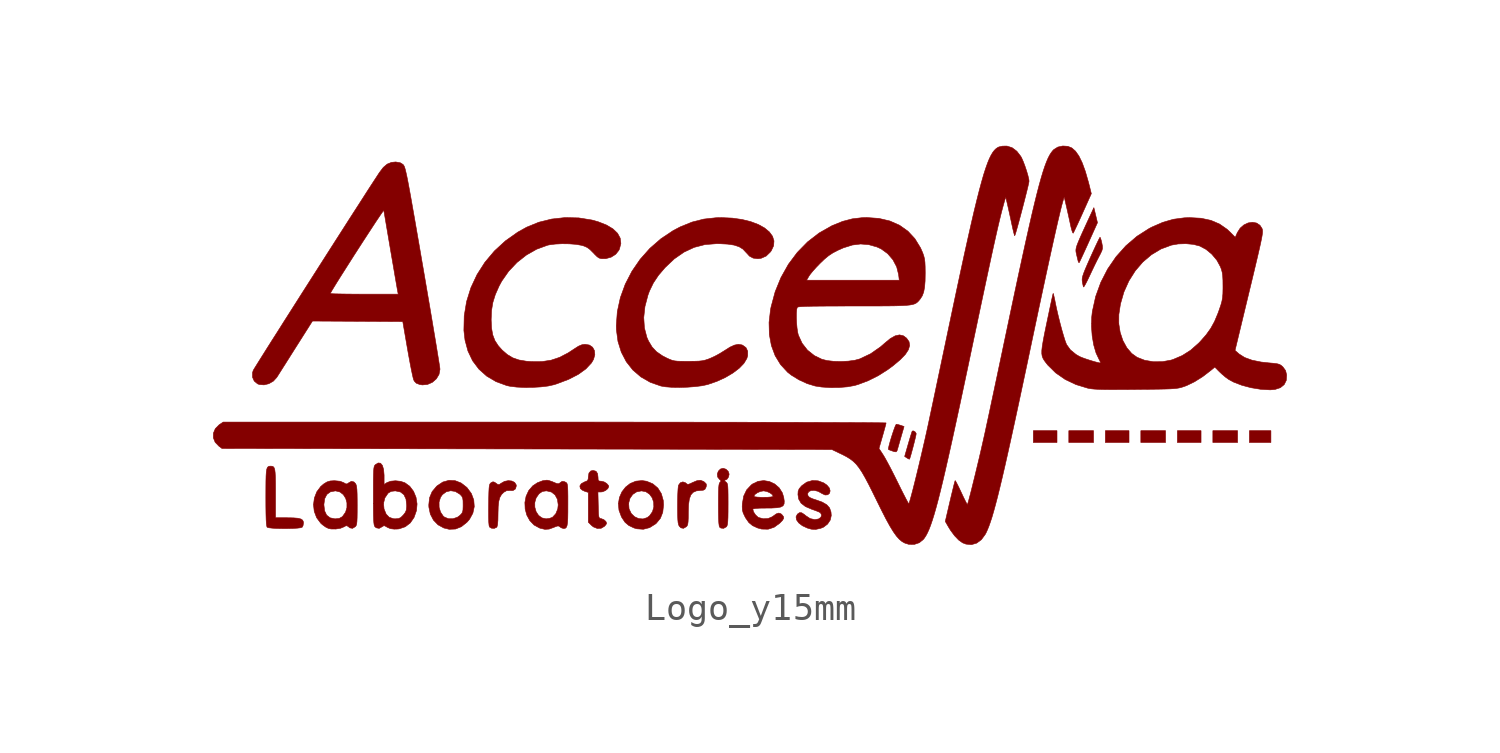
<source format=kicad_sym>
(kicad_symbol_lib
  (version 20211014)
  (generator kicad_symbol_editor)
  (symbol "Logo_y15mm"
    (pin_numbers hide)
    (pin_names
      (offset 0) hide)
    (property "Reference" "G"
      (at 0 8.89 0)
      (effects (font (size 1.27 1.27)) hide))
    (symbol "Logo_y15mm_0_0"
      (polyline (pts (xy 11.167 -1.398) (xy 10.277 -1.398) (xy 10.277 -1.843) (xy 11.167 -1.843) (xy 11.167 -1.398)) (stroke (width 0.01) (type default) (color 0 0 0 0)) (fill (type outline)))
      (polyline (pts (xy 12.542 -1.398) (xy 11.612 -1.398) (xy 11.612 -1.843) (xy 12.542 -1.843) (xy 12.542 -1.398)) (stroke (width 0.01) (type default) (color 0 0 0 0)) (fill (type outline)))
      (polyline (pts (xy 13.877 -1.398) (xy 12.987 -1.398) (xy 12.987 -1.843) (xy 13.877 -1.843) (xy 13.877 -1.398)) (stroke (width 0.01) (type default) (color 0 0 0 0)) (fill (type outline)))
      (polyline (pts (xy 15.252 -1.398) (xy 14.322 -1.398) (xy 14.322 -1.843) (xy 15.252 -1.843) (xy 15.252 -1.398)) (stroke (width 0.01) (type default) (color 0 0 0 0)) (fill (type outline)))
      (polyline (pts (xy 16.587 -1.398) (xy 15.697 -1.398) (xy 15.697 -1.843) (xy 16.587 -1.843) (xy 16.587 -1.398)) (stroke (width 0.01) (type default) (color 0 0 0 0)) (fill (type outline)))
      (polyline (pts (xy 17.962 -1.398) (xy 17.032 -1.398) (xy 17.032 -1.843) (xy 17.962 -1.843) (xy 17.962 -1.398)) (stroke (width 0.01) (type default) (color 0 0 0 0)) (fill (type outline)))
      (polyline (pts (xy 19.216 -1.398) (xy 18.407 -1.398) (xy 18.407 -1.843) (xy 19.216 -1.843) (xy 19.216 -1.398)) (stroke (width 0.01) (type default) (color 0 0 0 0)) (fill (type outline)))
      (polyline (pts (xy 5.618 -2.47) (xy 5.636 -2.422) (xy 5.668 -2.317) (xy 5.708 -2.171) (xy 5.753 -2.005) (xy 5.796 -1.837) (xy 5.833 -1.686) (xy 5.859 -1.572) (xy 5.869 -1.513) (xy 5.868 -1.503) (xy 5.832 -1.445) (xy 5.771 -1.407) (xy 5.721 -1.411) (xy 5.721 -1.411) (xy 5.704 -1.455) (xy 5.67 -1.561) (xy 5.624 -1.713) (xy 5.57 -1.896) (xy 5.435 -2.366) (xy 5.52 -2.423) (xy 5.58 -2.459) (xy 5.618 -2.47) (xy 5.618 -2.47)) (stroke (width 0.01) (type default) (color 0 0 0 0)) (fill (type outline)))
      (polyline (pts (xy 5.148 -2.154) (xy 5.179 -2.055) (xy 5.184 -2.036) (xy 5.219 -1.912) (xy 5.266 -1.747) (xy 5.317 -1.572) (xy 5.413 -1.24) (xy 5.291 -1.198) (xy 5.191 -1.168) (xy 5.122 -1.155) (xy 5.114 -1.161) (xy 5.082 -1.224) (xy 5.038 -1.339) (xy 4.987 -1.488) (xy 4.934 -1.653) (xy 4.886 -1.815) (xy 4.848 -1.957) (xy 4.825 -2.059) (xy 4.824 -2.104) (xy 4.825 -2.104) (xy 4.871 -2.125) (xy 4.959 -2.158) (xy 5.044 -2.186) (xy 5.112 -2.194) (xy 5.148 -2.154)) (stroke (width 0.01) (type default) (color 0 0 0 0)) (fill (type outline)))
      (polyline (pts (xy 12.002 4.925) (xy 12.029 4.979) (xy 12.083 5.093) (xy 12.159 5.257) (xy 12.251 5.457) (xy 12.354 5.684) (xy 12.69 6.429) (xy 12.623 6.712) (xy 12.555 6.995) (xy 12.452 6.772) (xy 12.376 6.609) (xy 12.232 6.296) (xy 12.117 6.045) (xy 12.029 5.847) (xy 11.964 5.694) (xy 11.919 5.578) (xy 11.892 5.49) (xy 11.88 5.422) (xy 11.878 5.365) (xy 11.885 5.313) (xy 11.898 5.255) (xy 11.913 5.186) (xy 11.943 5.061) (xy 11.963 4.979) (xy 11.978 4.94) (xy 12 4.922) (xy 12.002 4.925)) (stroke (width 0.01) (type default) (color 0 0 0 0)) (fill (type outline)))
      (polyline (pts (xy 12.194 4.038) (xy 12.245 4.128) (xy 12.315 4.264) (xy 12.396 4.434) (xy 12.475 4.602) (xy 12.578 4.818) (xy 12.676 5.016) (xy 12.754 5.168) (xy 12.807 5.269) (xy 12.858 5.379) (xy 12.879 5.463) (xy 12.876 5.549) (xy 12.855 5.663) (xy 12.834 5.754) (xy 12.806 5.846) (xy 12.787 5.882) (xy 12.784 5.88) (xy 12.755 5.828) (xy 12.699 5.716) (xy 12.623 5.555) (xy 12.531 5.356) (xy 12.428 5.129) (xy 12.318 4.881) (xy 12.232 4.681) (xy 12.173 4.533) (xy 12.136 4.423) (xy 12.117 4.34) (xy 12.113 4.273) (xy 12.12 4.209) (xy 12.126 4.171) (xy 12.148 4.067) (xy 12.166 4.01) (xy 12.168 4.009) (xy 12.194 4.038)) (stroke (width 0.01) (type default) (color 0 0 0 0)) (fill (type outline)))
      (polyline (pts (xy -17.78 -5.08) (xy -17.584 -5.075) (xy -17.416 -5.065) (xy -17.294 -5.05) (xy -17.234 -5.03) (xy -17.201 -4.968) (xy -17.185 -4.867) (xy -17.188 -4.83) (xy -17.215 -4.766) (xy -17.281 -4.721) (xy -17.396 -4.692) (xy -17.57 -4.678) (xy -17.815 -4.674) (xy -18.237 -4.674) (xy -18.237 -3.667) (xy -18.238 -3.372) (xy -18.242 -3.147) (xy -18.251 -2.982) (xy -18.265 -2.867) (xy -18.288 -2.795) (xy -18.32 -2.754) (xy -18.363 -2.736) (xy -18.419 -2.732) (xy -18.471 -2.735) (xy -18.512 -2.75) (xy -18.544 -2.785) (xy -18.567 -2.849) (xy -18.583 -2.95) (xy -18.593 -3.098) (xy -18.598 -3.301) (xy -18.6 -3.567) (xy -18.601 -3.905) (xy -18.6 -4.244) (xy -18.596 -4.528) (xy -18.59 -4.743) (xy -18.581 -4.894) (xy -18.568 -4.988) (xy -18.552 -5.03) (xy -18.55 -5.032) (xy -18.483 -5.051) (xy -18.354 -5.066) (xy -18.183 -5.076) (xy -17.985 -5.08) (xy -17.78 -5.08)) (stroke (width 0.01) (type default) (color 0 0 0 0)) (fill (type outline)))
      (polyline (pts (xy -9.913 -5.03) (xy -9.906 -5.021) (xy -9.883 -4.932) (xy -9.869 -4.766) (xy -9.865 -4.523) (xy -9.865 -4.505) (xy -9.858 -4.246) (xy -9.836 -4.052) (xy -9.796 -3.908) (xy -9.733 -3.799) (xy -9.644 -3.712) (xy -9.54 -3.653) (xy -9.416 -3.649) (xy -9.297 -3.648) (xy -9.209 -3.589) (xy -9.177 -3.477) (xy -9.182 -3.434) (xy -9.239 -3.344) (xy -9.344 -3.291) (xy -9.478 -3.277) (xy -9.621 -3.305) (xy -9.754 -3.38) (xy -9.816 -3.424) (xy -9.868 -3.425) (xy -9.941 -3.375) (xy -9.992 -3.338) (xy -10.055 -3.32) (xy -10.124 -3.353) (xy -10.13 -3.358) (xy -10.158 -3.382) (xy -10.178 -3.419) (xy -10.193 -3.48) (xy -10.203 -3.575) (xy -10.21 -3.718) (xy -10.215 -3.918) (xy -10.219 -4.188) (xy -10.221 -4.385) (xy -10.22 -4.651) (xy -10.214 -4.843) (xy -10.202 -4.966) (xy -10.184 -5.023) (xy -10.111 -5.067) (xy -10.004 -5.073) (xy -9.913 -5.03)) (stroke (width 0.01) (type default) (color 0 0 0 0)) (fill (type outline)))
      (polyline (pts (xy -2.78 -5.011) (xy -2.75 -4.977) (xy -2.727 -4.92) (xy -2.714 -4.828) (xy -2.707 -4.688) (xy -2.706 -4.482) (xy -2.706 -4.464) (xy -2.696 -4.181) (xy -2.666 -3.967) (xy -2.61 -3.815) (xy -2.524 -3.717) (xy -2.402 -3.663) (xy -2.242 -3.645) (xy -2.141 -3.637) (xy -2.079 -3.603) (xy -2.04 -3.527) (xy -2.025 -3.475) (xy -2.03 -3.402) (xy -2.094 -3.335) (xy -2.134 -3.306) (xy -2.246 -3.264) (xy -2.378 -3.279) (xy -2.547 -3.349) (xy -2.618 -3.384) (xy -2.698 -3.415) (xy -2.748 -3.41) (xy -2.794 -3.373) (xy -2.812 -3.357) (xy -2.909 -3.324) (xy -3.005 -3.357) (xy -3.073 -3.449) (xy -3.081 -3.489) (xy -3.093 -3.607) (xy -3.102 -3.779) (xy -3.108 -3.99) (xy -3.11 -4.223) (xy -3.11 -4.349) (xy -3.107 -4.579) (xy -3.1 -4.746) (xy -3.089 -4.862) (xy -3.071 -4.939) (xy -3.047 -4.989) (xy -2.984 -5.053) (xy -2.887 -5.072) (xy -2.78 -5.011)) (stroke (width 0.01) (type default) (color 0 0 0 0)) (fill (type outline)))
      (polyline (pts (xy -1.273 -5.015) (xy -1.267 -5.009) (xy -1.246 -4.97) (xy -1.23 -4.906) (xy -1.22 -4.804) (xy -1.213 -4.655) (xy -1.21 -4.446) (xy -1.209 -4.168) (xy -1.209 -4.045) (xy -1.21 -3.805) (xy -1.213 -3.63) (xy -1.219 -3.508) (xy -1.229 -3.428) (xy -1.245 -3.377) (xy -1.268 -3.346) (xy -1.299 -3.321) (xy -1.33 -3.299) (xy -1.358 -3.267) (xy -1.321 -3.258) (xy -1.252 -3.227) (xy -1.193 -3.142) (xy -1.169 -3.032) (xy -1.203 -2.93) (xy -1.288 -2.847) (xy -1.395 -2.813) (xy -1.495 -2.84) (xy -1.575 -2.92) (xy -1.614 -3.028) (xy -1.602 -3.14) (xy -1.532 -3.23) (xy -1.5 -3.254) (xy -1.474 -3.294) (xy -1.512 -3.338) (xy -1.517 -3.343) (xy -1.537 -3.378) (xy -1.552 -3.441) (xy -1.563 -3.543) (xy -1.569 -3.694) (xy -1.572 -3.904) (xy -1.573 -4.185) (xy -1.572 -4.46) (xy -1.567 -4.702) (xy -1.557 -4.874) (xy -1.543 -4.981) (xy -1.525 -5.03) (xy -1.479 -5.062) (xy -1.375 -5.072) (xy -1.273 -5.015)) (stroke (width 0.01) (type default) (color 0 0 0 0)) (fill (type outline)))
      (polyline (pts (xy -4.162 -5.046) (xy -3.936 -4.904) (xy -3.909 -4.88) (xy -3.756 -4.696) (xy -3.667 -4.469) (xy -3.637 -4.191) (xy -3.648 -4.022) (xy -3.72 -3.767) (xy -3.852 -3.556) (xy -4.039 -3.398) (xy -4.275 -3.3) (xy -4.443 -3.275) (xy -4.677 -3.297) (xy -4.887 -3.382) (xy -5.065 -3.52) (xy -5.204 -3.7) (xy -5.297 -3.911) (xy -5.333 -4.127) (xy -4.95 -4.127) (xy -4.901 -3.945) (xy -4.798 -3.797) (xy -4.65 -3.699) (xy -4.466 -3.663) (xy -4.301 -3.695) (xy -4.163 -3.788) (xy -4.064 -3.925) (xy -4.009 -4.091) (xy -4.003 -4.269) (xy -4.053 -4.444) (xy -4.162 -4.599) (xy -4.25 -4.667) (xy -4.407 -4.718) (xy -4.572 -4.706) (xy -4.726 -4.636) (xy -4.851 -4.515) (xy -4.931 -4.347) (xy -4.936 -4.33) (xy -4.95 -4.127) (xy -5.333 -4.127) (xy -5.336 -4.145) (xy -5.314 -4.389) (xy -5.223 -4.635) (xy -5.207 -4.665) (xy -5.086 -4.845) (xy -4.94 -4.968) (xy -4.746 -5.059) (xy -4.643 -5.089) (xy -4.398 -5.107) (xy -4.162 -5.046)) (stroke (width 0.01) (type default) (color 0 0 0 0)) (fill (type outline)))
      (polyline (pts (xy -5.984 -5.069) (xy -5.861 -4.997) (xy -5.805 -4.934) (xy -5.78 -4.884) (xy -5.804 -4.817) (xy -5.882 -4.746) (xy -5.982 -4.707) (xy -5.984 -4.707) (xy -6.026 -4.699) (xy -6.054 -4.678) (xy -6.072 -4.632) (xy -6.083 -4.545) (xy -6.089 -4.406) (xy -6.094 -4.199) (xy -6.106 -3.703) (xy -5.983 -3.703) (xy -5.926 -3.695) (xy -5.819 -3.648) (xy -5.734 -3.577) (xy -5.699 -3.501) (xy -5.71 -3.46) (xy -5.776 -3.384) (xy -5.876 -3.324) (xy -5.982 -3.299) (xy -5.998 -3.299) (xy -6.069 -3.289) (xy -6.098 -3.245) (xy -6.103 -3.145) (xy -6.119 -3.014) (xy -6.178 -2.924) (xy -6.285 -2.894) (xy -6.375 -2.913) (xy -6.444 -2.993) (xy -6.467 -3.137) (xy -6.473 -3.224) (xy -6.508 -3.284) (xy -6.595 -3.321) (xy -6.614 -3.327) (xy -6.732 -3.392) (xy -6.786 -3.478) (xy -6.767 -3.572) (xy -6.767 -3.572) (xy -6.698 -3.633) (xy -6.595 -3.681) (xy -6.467 -3.72) (xy -6.467 -4.842) (xy -6.349 -4.96) (xy -6.277 -5.018) (xy -6.131 -5.076) (xy -5.984 -5.069)) (stroke (width 0.01) (type default) (color 0 0 0 0)) (fill (type outline)))
      (polyline (pts (xy -11.466 -5.098) (xy -11.244 -5.01) (xy -11.032 -4.841) (xy -10.938 -4.732) (xy -10.812 -4.502) (xy -10.759 -4.255) (xy -10.778 -4.004) (xy -10.868 -3.762) (xy -11.031 -3.541) (xy -11.043 -3.529) (xy -11.254 -3.366) (xy -11.48 -3.278) (xy -11.712 -3.266) (xy -11.94 -3.329) (xy -12.153 -3.469) (xy -12.18 -3.494) (xy -12.345 -3.692) (xy -12.44 -3.919) (xy -12.459 -4.086) (xy -12.084 -4.086) (xy -12.029 -3.906) (xy -11.956 -3.802) (xy -11.814 -3.697) (xy -11.646 -3.657) (xy -11.473 -3.684) (xy -11.311 -3.781) (xy -11.282 -3.807) (xy -11.225 -3.87) (xy -11.194 -3.937) (xy -11.181 -4.035) (xy -11.179 -4.189) (xy -11.179 -4.253) (xy -11.184 -4.383) (xy -11.203 -4.467) (xy -11.242 -4.529) (xy -11.311 -4.596) (xy -11.391 -4.653) (xy -11.557 -4.71) (xy -11.729 -4.71) (xy -11.878 -4.651) (xy -11.927 -4.611) (xy -12.027 -4.463) (xy -12.082 -4.28) (xy -12.084 -4.086) (xy -12.459 -4.086) (xy -12.47 -4.189) (xy -12.467 -4.273) (xy -12.412 -4.536) (xy -12.295 -4.762) (xy -12.122 -4.94) (xy -11.902 -5.06) (xy -11.702 -5.108) (xy -11.466 -5.098)) (stroke (width 0.01) (type default) (color 0 0 0 0)) (fill (type outline)))
      (polyline (pts (xy 2.276 -5.071) (xy 2.38 -5.029) (xy 2.533 -4.913) (xy 2.636 -4.76) (xy 2.674 -4.59) (xy 2.663 -4.455) (xy 2.61 -4.303) (xy 2.503 -4.183) (xy 2.333 -4.085) (xy 2.092 -3.999) (xy 1.971 -3.96) (xy 1.857 -3.908) (xy 1.8 -3.851) (xy 1.784 -3.778) (xy 1.784 -3.767) (xy 1.825 -3.691) (xy 1.917 -3.65) (xy 2.041 -3.646) (xy 2.177 -3.679) (xy 2.305 -3.75) (xy 2.321 -3.761) (xy 2.442 -3.817) (xy 2.541 -3.809) (xy 2.608 -3.752) (xy 2.631 -3.663) (xy 2.602 -3.555) (xy 2.51 -3.445) (xy 2.39 -3.362) (xy 2.178 -3.284) (xy 1.96 -3.274) (xy 1.752 -3.333) (xy 1.572 -3.461) (xy 1.546 -3.487) (xy 1.465 -3.584) (xy 1.428 -3.676) (xy 1.42 -3.798) (xy 1.446 -3.968) (xy 1.538 -4.125) (xy 1.701 -4.252) (xy 1.937 -4.353) (xy 1.939 -4.354) (xy 2.082 -4.404) (xy 2.197 -4.45) (xy 2.259 -4.482) (xy 2.268 -4.489) (xy 2.31 -4.57) (xy 2.284 -4.655) (xy 2.199 -4.718) (xy 2.056 -4.744) (xy 1.879 -4.705) (xy 1.709 -4.593) (xy 1.666 -4.555) (xy 1.562 -4.487) (xy 1.481 -4.481) (xy 1.403 -4.535) (xy 1.399 -4.538) (xy 1.348 -4.64) (xy 1.367 -4.753) (xy 1.449 -4.868) (xy 1.587 -4.974) (xy 1.773 -5.061) (xy 1.925 -5.104) (xy 2.09 -5.112) (xy 2.276 -5.071)) (stroke (width 0.01) (type default) (color 0 0 0 0)) (fill (type outline)))
      (polyline (pts (xy -15.794 -5.07) (xy -15.658 -5.014) (xy -15.605 -4.983) (xy -15.549 -4.973) (xy -15.49 -5.014) (xy -15.436 -5.055) (xy -15.339 -5.072) (xy -15.237 -5.011) (xy -15.222 -4.996) (xy -15.199 -4.958) (xy -15.183 -4.899) (xy -15.173 -4.807) (xy -15.167 -4.669) (xy -15.164 -4.475) (xy -15.163 -4.212) (xy -15.164 -3.998) (xy -15.167 -3.779) (xy -15.174 -3.619) (xy -15.186 -3.509) (xy -15.203 -3.436) (xy -15.226 -3.389) (xy -15.287 -3.326) (xy -15.384 -3.304) (xy -15.49 -3.363) (xy -15.538 -3.399) (xy -15.591 -3.4) (xy -15.672 -3.353) (xy -15.808 -3.3) (xy -16.017 -3.28) (xy -16.028 -3.28) (xy -16.181 -3.29) (xy -16.299 -3.326) (xy -16.422 -3.401) (xy -16.535 -3.496) (xy -16.684 -3.697) (xy -16.775 -3.931) (xy -16.808 -4.183) (xy -16.807 -4.189) (xy -16.417 -4.189) (xy -16.417 -4.172) (xy -16.387 -3.954) (xy -16.304 -3.795) (xy -16.171 -3.698) (xy -15.988 -3.664) (xy -15.973 -3.664) (xy -15.813 -3.704) (xy -15.686 -3.802) (xy -15.597 -3.943) (xy -15.55 -4.111) (xy -15.55 -4.29) (xy -15.602 -4.465) (xy -15.71 -4.618) (xy -15.733 -4.639) (xy -15.838 -4.698) (xy -15.983 -4.714) (xy -16.004 -4.714) (xy -16.184 -4.676) (xy -16.313 -4.576) (xy -16.391 -4.413) (xy -16.417 -4.189) (xy -16.807 -4.189) (xy -16.78 -4.434) (xy -16.69 -4.671) (xy -16.538 -4.876) (xy -16.475 -4.934) (xy -16.352 -5.023) (xy -16.247 -5.075) (xy -16.15 -5.095) (xy -15.971 -5.098) (xy -15.794 -5.07)) (stroke (width 0.01) (type default) (color 0 0 0 0)) (fill (type outline)))
      (polyline (pts (xy -7.943 -5.1) (xy -7.768 -5.037) (xy -7.731 -5.021) (xy -7.636 -4.986) (xy -7.579 -4.985) (xy -7.533 -5.018) (xy -7.488 -5.051) (xy -7.403 -5.078) (xy -7.375 -5.077) (xy -7.327 -5.065) (xy -7.292 -5.03) (xy -7.267 -4.963) (xy -7.25 -4.855) (xy -7.241 -4.695) (xy -7.237 -4.474) (xy -7.236 -4.182) (xy -7.236 -4.126) (xy -7.236 -3.865) (xy -7.239 -3.673) (xy -7.244 -3.537) (xy -7.253 -3.447) (xy -7.267 -3.391) (xy -7.287 -3.36) (xy -7.314 -3.341) (xy -7.373 -3.313) (xy -7.456 -3.306) (xy -7.533 -3.359) (xy -7.546 -3.371) (xy -7.592 -3.395) (xy -7.658 -3.385) (xy -7.768 -3.34) (xy -7.82 -3.317) (xy -7.939 -3.276) (xy -8.024 -3.259) (xy -8.182 -3.28) (xy -8.382 -3.356) (xy -8.558 -3.473) (xy -8.71 -3.65) (xy -8.81 -3.868) (xy -8.854 -4.1) (xy -8.482 -4.1) (xy -8.432 -3.928) (xy -8.328 -3.778) (xy -8.311 -3.762) (xy -8.195 -3.684) (xy -8.057 -3.663) (xy -8.032 -3.663) (xy -7.854 -3.707) (xy -7.718 -3.815) (xy -7.63 -3.979) (xy -7.6 -4.189) (xy -7.617 -4.341) (xy -7.69 -4.521) (xy -7.811 -4.651) (xy -7.821 -4.658) (xy -7.929 -4.698) (xy -8.057 -4.714) (xy -8.058 -4.714) (xy -8.216 -4.678) (xy -8.342 -4.583) (xy -8.432 -4.444) (xy -8.48 -4.277) (xy -8.482 -4.1) (xy -8.854 -4.1) (xy -8.854 -4.104) (xy -8.844 -4.345) (xy -8.782 -4.575) (xy -8.67 -4.78) (xy -8.511 -4.946) (xy -8.307 -5.058) (xy -8.277 -5.069) (xy -8.1 -5.11) (xy -7.943 -5.1)) (stroke (width 0.01) (type default) (color 0 0 0 0)) (fill (type outline)))
      (polyline (pts (xy 0.523 -5.032) (xy 0.733 -4.88) (xy 0.737 -4.876) (xy 0.84 -4.769) (xy 0.884 -4.692) (xy 0.874 -4.627) (xy 0.814 -4.553) (xy 0.778 -4.523) (xy 0.699 -4.497) (xy 0.604 -4.528) (xy 0.476 -4.62) (xy 0.457 -4.635) (xy 0.302 -4.701) (xy 0.121 -4.712) (xy -0.058 -4.666) (xy -0.083 -4.652) (xy -0.175 -4.567) (xy -0.249 -4.456) (xy -0.279 -4.352) (xy -0.265 -4.34) (xy -0.181 -4.324) (xy -0.023 -4.313) (xy 0.204 -4.31) (xy 0.435 -4.308) (xy 0.636 -4.296) (xy 0.774 -4.27) (xy 0.859 -4.224) (xy 0.899 -4.152) (xy 0.905 -4.047) (xy 0.885 -3.906) (xy 0.833 -3.736) (xy 0.713 -3.547) (xy 0.546 -3.403) (xy 0.349 -3.311) (xy 0.134 -3.275) (xy -0.082 -3.304) (xy -0.286 -3.402) (xy -0.334 -3.438) (xy -0.51 -3.625) (xy -0.622 -3.859) (xy -0.623 -3.868) (xy -0.238 -3.868) (xy -0.238 -3.865) (xy -0.199 -3.798) (xy -0.108 -3.733) (xy 0.009 -3.683) (xy 0.126 -3.663) (xy 0.131 -3.663) (xy 0.249 -3.685) (xy 0.365 -3.736) (xy 0.454 -3.802) (xy 0.489 -3.868) (xy 0.48 -3.876) (xy 0.41 -3.891) (xy 0.286 -3.902) (xy 0.126 -3.905) (xy 0.044 -3.905) (xy -0.101 -3.897) (xy -0.201 -3.885) (xy -0.238 -3.868) (xy -0.623 -3.868) (xy -0.672 -4.143) (xy -0.677 -4.251) (xy -0.671 -4.381) (xy -0.64 -4.495) (xy -0.575 -4.631) (xy -0.547 -4.684) (xy -0.429 -4.853) (xy -0.287 -4.971) (xy -0.095 -5.059) (xy 0.054 -5.099) (xy 0.297 -5.105) (xy 0.523 -5.032)) (stroke (width 0.01) (type default) (color 0 0 0 0)) (fill (type outline)))
      (polyline (pts (xy -13.631 -5.097) (xy -13.581 -5.09) (xy -13.355 -5.013) (xy -13.167 -4.869) (xy -13.025 -4.663) (xy -12.933 -4.403) (xy -12.911 -4.155) (xy -12.95 -3.906) (xy -13.044 -3.679) (xy -13.186 -3.49) (xy -13.369 -3.357) (xy -13.532 -3.303) (xy -13.723 -3.282) (xy -13.905 -3.299) (xy -14.046 -3.352) (xy -14.152 -3.422) (xy -14.152 -3.107) (xy -14.152 -3.07) (xy -14.171 -2.854) (xy -14.216 -2.704) (xy -14.285 -2.622) (xy -14.374 -2.612) (xy -14.482 -2.678) (xy -14.489 -2.685) (xy -14.51 -2.712) (xy -14.526 -2.755) (xy -14.538 -2.821) (xy -14.546 -2.922) (xy -14.551 -3.065) (xy -14.555 -3.261) (xy -14.556 -3.519) (xy -14.556 -3.848) (xy -14.556 -4.069) (xy -14.556 -4.13) (xy -14.173 -4.13) (xy -14.123 -3.928) (xy -14.009 -3.759) (xy -13.987 -3.738) (xy -13.883 -3.68) (xy -13.739 -3.664) (xy -13.716 -3.665) (xy -13.535 -3.704) (xy -13.406 -3.806) (xy -13.328 -3.97) (xy -13.303 -4.196) (xy -13.303 -4.259) (xy -13.316 -4.383) (xy -13.354 -4.475) (xy -13.428 -4.571) (xy -13.431 -4.574) (xy -13.522 -4.664) (xy -13.61 -4.705) (xy -13.733 -4.714) (xy -13.802 -4.71) (xy -13.96 -4.656) (xy -14.075 -4.536) (xy -14.153 -4.346) (xy -14.154 -4.343) (xy -14.173 -4.13) (xy -14.556 -4.13) (xy -14.555 -4.356) (xy -14.552 -4.578) (xy -14.546 -4.742) (xy -14.538 -4.859) (xy -14.527 -4.937) (xy -14.512 -4.986) (xy -14.493 -5.015) (xy -14.444 -5.053) (xy -14.337 -5.073) (xy -14.227 -5.012) (xy -14.22 -5.007) (xy -14.154 -4.969) (xy -14.095 -4.995) (xy -14.026 -5.036) (xy -13.922 -5.08) (xy -13.897 -5.086) (xy -13.771 -5.101) (xy -13.631 -5.097)) (stroke (width 0.01) (type default) (color 0 0 0 0)) (fill (type outline)))
      (polyline (pts (xy -8.557 0.232) (xy -8.253 0.25) (xy -7.98 0.283) (xy -7.761 0.332) (xy -7.656 0.365) (xy -7.213 0.532) (xy -6.847 0.72) (xy -6.558 0.928) (xy -6.346 1.156) (xy -6.271 1.286) (xy -6.223 1.459) (xy -6.237 1.615) (xy -6.306 1.742) (xy -6.427 1.825) (xy -6.595 1.852) (xy -6.707 1.836) (xy -6.837 1.782) (xy -6.998 1.679) (xy -7.222 1.532) (xy -7.546 1.363) (xy -7.868 1.255) (xy -8.209 1.203) (xy -8.59 1.201) (xy -8.797 1.216) (xy -9.077 1.263) (xy -9.309 1.343) (xy -9.512 1.464) (xy -9.706 1.632) (xy -9.853 1.795) (xy -9.981 1.99) (xy -10.063 2.204) (xy -10.108 2.457) (xy -10.123 2.768) (xy -10.123 2.785) (xy -10.109 3.126) (xy -10.059 3.428) (xy -9.967 3.723) (xy -9.826 4.042) (xy -9.727 4.226) (xy -9.465 4.601) (xy -9.151 4.933) (xy -8.795 5.213) (xy -8.409 5.432) (xy -8.004 5.58) (xy -7.936 5.595) (xy -7.715 5.624) (xy -7.455 5.637) (xy -7.185 5.633) (xy -6.933 5.614) (xy -6.728 5.578) (xy -6.63 5.55) (xy -6.512 5.498) (xy -6.406 5.42) (xy -6.281 5.295) (xy -6.228 5.239) (xy -6.134 5.147) (xy -6.06 5.098) (xy -5.982 5.077) (xy -5.876 5.074) (xy -5.807 5.077) (xy -5.608 5.132) (xy -5.438 5.24) (xy -5.32 5.388) (xy -5.297 5.437) (xy -5.243 5.647) (xy -5.268 5.846) (xy -5.368 6.031) (xy -5.542 6.197) (xy -5.788 6.343) (xy -6.103 6.466) (xy -6.335 6.53) (xy -6.83 6.609) (xy -7.339 6.621) (xy -7.845 6.566) (xy -8.333 6.445) (xy -8.786 6.26) (xy -9.119 6.075) (xy -9.587 5.744) (xy -10.002 5.363) (xy -10.359 4.938) (xy -10.655 4.475) (xy -10.886 3.981) (xy -11.048 3.462) (xy -11.137 2.923) (xy -11.149 2.373) (xy -11.107 2.009) (xy -10.996 1.598) (xy -10.821 1.232) (xy -10.584 0.917) (xy -10.289 0.654) (xy -9.938 0.447) (xy -9.533 0.299) (xy -9.414 0.274) (xy -9.162 0.243) (xy -8.868 0.229) (xy -8.557 0.232)) (stroke (width 0.01) (type default) (color 0 0 0 0)) (fill (type outline)))
      (polyline (pts (xy -2.735 0.239) (xy -2.445 0.261) (xy -2.185 0.294) (xy -1.978 0.339) (xy -1.971 0.341) (xy -1.629 0.459) (xy -1.311 0.605) (xy -1.029 0.772) (xy -0.792 0.951) (xy -0.614 1.135) (xy -0.504 1.317) (xy -0.472 1.425) (xy -0.471 1.593) (xy -0.535 1.728) (xy -0.662 1.82) (xy -0.693 1.831) (xy -0.822 1.851) (xy -0.965 1.824) (xy -1.137 1.746) (xy -1.349 1.612) (xy -1.516 1.508) (xy -1.712 1.401) (xy -1.889 1.321) (xy -1.959 1.294) (xy -2.069 1.258) (xy -2.178 1.234) (xy -2.307 1.22) (xy -2.476 1.214) (xy -2.706 1.212) (xy -2.731 1.212) (xy -2.946 1.213) (xy -3.102 1.217) (xy -3.218 1.229) (xy -3.313 1.251) (xy -3.406 1.286) (xy -3.517 1.336) (xy -3.682 1.422) (xy -3.902 1.574) (xy -4.069 1.753) (xy -4.203 1.976) (xy -4.264 2.114) (xy -4.357 2.47) (xy -4.382 2.858) (xy -4.337 3.272) (xy -4.223 3.705) (xy -4.166 3.859) (xy -4.02 4.161) (xy -3.828 4.449) (xy -3.575 4.744) (xy -3.233 5.067) (xy -2.868 5.321) (xy -2.484 5.5) (xy -2.077 5.605) (xy -1.642 5.639) (xy -1.522 5.638) (xy -1.219 5.622) (xy -0.98 5.585) (xy -0.794 5.524) (xy -0.65 5.435) (xy -0.538 5.316) (xy -0.533 5.311) (xy -0.403 5.17) (xy -0.264 5.096) (xy -0.093 5.074) (xy 0.031 5.088) (xy 0.223 5.172) (xy 0.386 5.33) (xy 0.415 5.37) (xy 0.504 5.559) (xy 0.518 5.743) (xy 0.463 5.918) (xy 0.343 6.082) (xy 0.163 6.231) (xy -0.071 6.361) (xy -0.355 6.468) (xy -0.683 6.549) (xy -1.05 6.601) (xy -1.452 6.619) (xy -1.658 6.615) (xy -2.123 6.564) (xy -2.564 6.452) (xy -3.007 6.272) (xy -3.276 6.131) (xy -3.736 5.824) (xy -4.152 5.462) (xy -4.517 5.051) (xy -4.827 4.6) (xy -5.077 4.116) (xy -5.262 3.608) (xy -5.376 3.084) (xy -5.415 2.551) (xy -5.411 2.402) (xy -5.352 1.962) (xy -5.227 1.559) (xy -5.039 1.198) (xy -4.792 0.885) (xy -4.489 0.625) (xy -4.135 0.422) (xy -3.733 0.282) (xy -3.56 0.253) (xy -3.314 0.234) (xy -3.032 0.23) (xy -2.735 0.239)) (stroke (width 0.01) (type default) (color 0 0 0 0)) (fill (type outline)))
      (polyline (pts (xy 8.146 -5.628) (xy 8.321 -5.499) (xy 8.467 -5.3) (xy 8.501 -5.236) (xy 8.552 -5.124) (xy 8.606 -4.991) (xy 8.662 -4.832) (xy 8.723 -4.646) (xy 8.787 -4.426) (xy 8.857 -4.171) (xy 8.934 -3.876) (xy 9.017 -3.539) (xy 9.109 -3.154) (xy 9.21 -2.719) (xy 9.32 -2.23) (xy 9.441 -1.683) (xy 9.574 -1.076) (xy 9.719 -0.403) (xy 9.877 0.338) (xy 10.05 1.151) (xy 10.237 2.04) (xy 10.311 2.389) (xy 10.477 3.175) (xy 10.632 3.898) (xy 10.774 4.558) (xy 10.903 5.151) (xy 11.019 5.677) (xy 11.121 6.132) (xy 11.209 6.516) (xy 11.283 6.826) (xy 11.341 7.06) (xy 11.384 7.217) (xy 11.439 7.399) (xy 11.523 7.035) (xy 11.53 7.005) (xy 11.58 6.782) (xy 11.633 6.543) (xy 11.677 6.337) (xy 11.691 6.273) (xy 11.726 6.14) (xy 11.756 6.055) (xy 11.776 6.033) (xy 11.778 6.035) (xy 11.806 6.089) (xy 11.861 6.204) (xy 11.938 6.367) (xy 12.03 6.567) (xy 12.132 6.793) (xy 12.459 7.521) (xy 12.379 7.844) (xy 12.348 7.963) (xy 12.233 8.362) (xy 12.115 8.685) (xy 11.992 8.937) (xy 11.863 9.121) (xy 11.724 9.242) (xy 11.575 9.302) (xy 11.384 9.315) (xy 11.198 9.274) (xy 11.047 9.18) (xy 11.004 9.135) (xy 10.947 9.061) (xy 10.889 8.97) (xy 10.831 8.857) (xy 10.772 8.719) (xy 10.709 8.552) (xy 10.643 8.353) (xy 10.572 8.118) (xy 10.496 7.844) (xy 10.413 7.526) (xy 10.323 7.162) (xy 10.224 6.747) (xy 10.117 6.278) (xy 9.999 5.752) (xy 9.87 5.164) (xy 9.728 4.511) (xy 9.574 3.79) (xy 9.406 2.997) (xy 9.223 2.128) (xy 9.204 2.04) (xy 9.101 1.549) (xy 8.997 1.057) (xy 8.895 0.574) (xy 8.796 0.109) (xy 8.703 -0.327) (xy 8.619 -0.724) (xy 8.544 -1.071) (xy 8.482 -1.36) (xy 8.434 -1.58) (xy 8.432 -1.587) (xy 8.371 -1.858) (xy 8.304 -2.152) (xy 8.232 -2.46) (xy 8.157 -2.771) (xy 8.084 -3.075) (xy 8.013 -3.362) (xy 7.949 -3.621) (xy 7.892 -3.842) (xy 7.846 -4.015) (xy 7.813 -4.13) (xy 7.795 -4.176) (xy 7.794 -4.176) (xy 7.769 -4.138) (xy 7.718 -4.041) (xy 7.648 -3.899) (xy 7.566 -3.725) (xy 7.554 -3.698) (xy 7.473 -3.528) (xy 7.405 -3.392) (xy 7.357 -3.303) (xy 7.335 -3.275) (xy 7.335 -3.276) (xy 7.319 -3.325) (xy 7.289 -3.439) (xy 7.248 -3.607) (xy 7.197 -3.815) (xy 7.141 -4.051) (xy 6.964 -4.811) (xy 7.081 -5.015) (xy 7.163 -5.148) (xy 7.316 -5.354) (xy 7.472 -5.516) (xy 7.616 -5.617) (xy 7.741 -5.665) (xy 7.95 -5.685) (xy 8.146 -5.628)) (stroke (width 0.01) (type default) (color 0 0 0 0)) (fill (type outline)))
      (polyline (pts (xy 2.963 0.227) (xy 3.279 0.253) (xy 3.547 0.301) (xy 3.688 0.342) (xy 4.065 0.484) (xy 4.444 0.674) (xy 4.797 0.898) (xy 5.008 1.054) (xy 5.271 1.275) (xy 5.461 1.472) (xy 5.577 1.65) (xy 5.623 1.809) (xy 5.6 1.953) (xy 5.508 2.084) (xy 5.386 2.174) (xy 5.241 2.207) (xy 5.078 2.171) (xy 4.891 2.065) (xy 4.676 1.887) (xy 4.532 1.761) (xy 4.153 1.496) (xy 3.743 1.302) (xy 3.563 1.253) (xy 3.315 1.219) (xy 3.04 1.205) (xy 2.766 1.212) (xy 2.517 1.24) (xy 2.32 1.29) (xy 2.041 1.425) (xy 1.779 1.633) (xy 1.575 1.894) (xy 1.434 2.202) (xy 1.411 2.3) (xy 1.386 2.464) (xy 1.369 2.654) (xy 1.361 2.848) (xy 1.362 3.025) (xy 1.373 3.164) (xy 1.394 3.245) (xy 1.394 3.245) (xy 1.421 3.257) (xy 1.489 3.266) (xy 1.603 3.274) (xy 1.767 3.281) (xy 1.988 3.286) (xy 2.269 3.289) (xy 2.615 3.292) (xy 3.033 3.293) (xy 3.527 3.294) (xy 3.603 3.294) (xy 4.077 3.294) (xy 4.478 3.295) (xy 4.813 3.297) (xy 5.088 3.301) (xy 5.311 3.308) (xy 5.487 3.317) (xy 5.625 3.331) (xy 5.729 3.349) (xy 5.808 3.373) (xy 5.868 3.403) (xy 5.915 3.439) (xy 5.958 3.482) (xy 6.001 3.533) (xy 6.022 3.559) (xy 6.098 3.678) (xy 6.151 3.82) (xy 6.185 4) (xy 6.204 4.231) (xy 6.209 4.527) (xy 6.209 4.554) (xy 6.206 4.777) (xy 6.198 4.942) (xy 6.182 5.07) (xy 6.154 5.181) (xy 6.114 5.296) (xy 6.033 5.48) (xy 5.822 5.824) (xy 5.558 6.109) (xy 5.243 6.332) (xy 4.878 6.493) (xy 4.466 6.59) (xy 4.01 6.622) (xy 3.834 6.617) (xy 3.463 6.573) (xy 3.101 6.478) (xy 2.72 6.324) (xy 2.691 6.31) (xy 2.215 6.04) (xy 1.782 5.705) (xy 1.396 5.311) (xy 1.061 4.863) (xy 0.782 4.366) (xy 0.74 4.265) (xy 1.746 4.265) (xy 1.833 4.416) (xy 1.88 4.484) (xy 1.979 4.606) (xy 2.108 4.75) (xy 2.251 4.898) (xy 2.416 5.056) (xy 2.575 5.188) (xy 2.735 5.293) (xy 2.921 5.39) (xy 3.132 5.483) (xy 3.466 5.588) (xy 3.779 5.627) (xy 4.085 5.602) (xy 4.398 5.513) (xy 4.551 5.442) (xy 4.795 5.265) (xy 4.993 5.035) (xy 5.135 4.767) (xy 5.208 4.474) (xy 5.233 4.265) (xy 1.746 4.265) (xy 0.74 4.265) (xy 0.562 3.828) (xy 0.407 3.253) (xy 0.388 3.154) (xy 0.333 2.674) (xy 0.344 2.222) (xy 0.421 1.804) (xy 0.562 1.425) (xy 0.766 1.09) (xy 1.03 0.803) (xy 1.174 0.69) (xy 1.457 0.517) (xy 1.766 0.375) (xy 2.067 0.283) (xy 2.314 0.245) (xy 2.632 0.224) (xy 2.963 0.227)) (stroke (width 0.01) (type default) (color 0 0 0 0)) (fill (type outline)))
      (polyline (pts (xy -12.516 0.343) (xy -12.334 0.423) (xy -12.186 0.553) (xy -12.085 0.721) (xy -12.049 0.916) (xy -12.05 0.922) (xy -12.059 0.997) (xy -12.082 1.144) (xy -12.116 1.358) (xy -12.161 1.634) (xy -12.215 1.965) (xy -12.279 2.345) (xy -12.35 2.77) (xy -12.428 3.232) (xy -12.513 3.727) (xy -12.602 4.248) (xy -12.695 4.79) (xy -12.708 4.863) (xy -12.815 5.486) (xy -12.91 6.033) (xy -12.993 6.512) (xy -13.066 6.926) (xy -13.128 7.28) (xy -13.182 7.579) (xy -13.228 7.828) (xy -13.267 8.033) (xy -13.3 8.196) (xy -13.329 8.325) (xy -13.352 8.422) (xy -13.373 8.494) (xy -13.392 8.546) (xy -13.41 8.581) (xy -13.427 8.605) (xy -13.445 8.623) (xy -13.542 8.683) (xy -13.713 8.714) (xy -13.874 8.698) (xy -14.035 8.633) (xy -14.182 8.508) (xy -14.329 8.315) (xy -14.357 8.272) (xy -14.475 8.091) (xy -14.626 7.86) (xy -14.805 7.583) (xy -15.008 7.266) (xy -15.234 6.915) (xy -15.478 6.536) (xy -15.736 6.132) (xy -16.006 5.711) (xy -16.284 5.276) (xy -16.566 4.834) (xy -16.849 4.39) (xy -17.13 3.95) (xy -17.248 3.765) (xy -16.174 3.765) (xy -16.165 3.786) (xy -16.119 3.869) (xy -16.037 4.004) (xy -15.927 4.183) (xy -15.792 4.399) (xy -15.637 4.643) (xy -15.469 4.907) (xy -15.293 5.184) (xy -15.112 5.465) (xy -14.933 5.742) (xy -14.761 6.006) (xy -14.601 6.251) (xy -14.459 6.468) (xy -14.338 6.648) (xy -14.245 6.785) (xy -14.185 6.868) (xy -14.163 6.892) (xy -14.125 6.672) (xy -14.074 6.369) (xy -14.019 6.045) (xy -13.962 5.71) (xy -13.905 5.375) (xy -13.849 5.049) (xy -13.796 4.742) (xy -13.749 4.464) (xy -13.708 4.226) (xy -13.675 4.038) (xy -13.653 3.909) (xy -13.642 3.85) (xy -13.62 3.739) (xy -14.897 3.739) (xy -15.065 3.739) (xy -15.364 3.741) (xy -15.63 3.744) (xy -15.854 3.748) (xy -16.025 3.752) (xy -16.135 3.758) (xy -16.174 3.765) (xy -17.248 3.765) (xy -17.405 3.518) (xy -17.671 3.1) (xy -17.924 2.702) (xy -18.16 2.329) (xy -18.378 1.987) (xy -18.572 1.68) (xy -18.739 1.414) (xy -18.877 1.194) (xy -18.981 1.027) (xy -19.049 0.917) (xy -19.076 0.869) (xy -19.103 0.783) (xy -19.103 0.615) (xy -19.038 0.47) (xy -18.914 0.366) (xy -18.846 0.34) (xy -18.67 0.326) (xy -18.486 0.371) (xy -18.319 0.467) (xy -18.191 0.606) (xy -18.185 0.615) (xy -18.139 0.688) (xy -18.057 0.817) (xy -17.946 0.993) (xy -17.81 1.207) (xy -17.657 1.45) (xy -17.492 1.711) (xy -16.847 2.728) (xy -13.449 2.708) (xy -13.271 1.676) (xy -13.229 1.439) (xy -13.179 1.169) (xy -13.133 0.929) (xy -13.092 0.732) (xy -13.06 0.59) (xy -13.039 0.516) (xy -13.014 0.466) (xy -12.941 0.39) (xy -12.818 0.342) (xy -12.715 0.324) (xy -12.516 0.343)) (stroke (width 0.01) (type default) (color 0 0 0 0)) (fill (type outline)))
      (polyline (pts (xy 5.987 -5.613) (xy 6.143 -5.485) (xy 6.185 -5.429) (xy 6.24 -5.343) (xy 6.296 -5.237) (xy 6.354 -5.108) (xy 6.414 -4.953) (xy 6.477 -4.768) (xy 6.545 -4.55) (xy 6.618 -4.295) (xy 6.697 -3.999) (xy 6.783 -3.659) (xy 6.877 -3.272) (xy 6.979 -2.834) (xy 7.091 -2.341) (xy 7.214 -1.791) (xy 7.348 -1.178) (xy 7.495 -0.5) (xy 7.654 0.246) (xy 7.828 1.065) (xy 8.016 1.959) (xy 8.119 2.446) (xy 8.264 3.134) (xy 8.395 3.75) (xy 8.512 4.3) (xy 8.617 4.788) (xy 8.71 5.219) (xy 8.793 5.597) (xy 8.867 5.928) (xy 8.932 6.215) (xy 8.991 6.465) (xy 9.043 6.681) (xy 9.09 6.869) (xy 9.134 7.032) (xy 9.174 7.177) (xy 9.238 7.399) (xy 9.308 7.096) (xy 9.328 7.008) (xy 9.373 6.805) (xy 9.423 6.576) (xy 9.47 6.356) (xy 9.503 6.204) (xy 9.537 6.061) (xy 9.563 5.967) (xy 9.577 5.937) (xy 9.595 5.983) (xy 9.629 6.094) (xy 9.676 6.258) (xy 9.732 6.462) (xy 9.794 6.693) (xy 9.859 6.939) (xy 9.923 7.186) (xy 9.983 7.421) (xy 10.036 7.632) (xy 10.078 7.806) (xy 10.105 7.93) (xy 10.115 7.991) (xy 10.107 8.062) (xy 10.074 8.203) (xy 10.023 8.377) (xy 9.961 8.562) (xy 9.896 8.733) (xy 9.836 8.868) (xy 9.805 8.924) (xy 9.656 9.117) (xy 9.481 9.249) (xy 9.291 9.31) (xy 9.269 9.312) (xy 9.112 9.309) (xy 8.982 9.279) (xy 8.943 9.261) (xy 8.878 9.218) (xy 8.814 9.157) (xy 8.751 9.076) (xy 8.688 8.971) (xy 8.622 8.838) (xy 8.555 8.674) (xy 8.484 8.475) (xy 8.408 8.239) (xy 8.328 7.96) (xy 8.241 7.637) (xy 8.147 7.266) (xy 8.044 6.843) (xy 7.933 6.364) (xy 7.812 5.827) (xy 7.679 5.228) (xy 7.535 4.563) (xy 7.378 3.83) (xy 7.207 3.023) (xy 7.021 2.141) (xy 6.953 1.816) (xy 6.854 1.347) (xy 6.756 0.882) (xy 6.661 0.433) (xy 6.572 0.009) (xy 6.49 -0.378) (xy 6.417 -0.719) (xy 6.357 -1.002) (xy 6.311 -1.216) (xy 6.268 -1.414) (xy 6.196 -1.736) (xy 6.119 -2.07) (xy 6.04 -2.408) (xy 5.961 -2.741) (xy 5.884 -3.059) (xy 5.811 -3.354) (xy 5.745 -3.615) (xy 5.687 -3.834) (xy 5.641 -4.002) (xy 5.608 -4.11) (xy 5.591 -4.148) (xy 5.584 -4.141) (xy 5.546 -4.077) (xy 5.481 -3.956) (xy 5.394 -3.787) (xy 5.29 -3.581) (xy 5.176 -3.349) (xy 5.145 -3.287) (xy 5.02 -3.036) (xy 4.898 -2.797) (xy 4.786 -2.587) (xy 4.693 -2.418) (xy 4.627 -2.308) (xy 4.469 -2.066) (xy 4.603 -1.602) (xy 4.654 -1.421) (xy 4.697 -1.266) (xy 4.726 -1.155) (xy 4.736 -1.106) (xy 4.73 -1.105) (xy 4.658 -1.103) (xy 4.51 -1.1) (xy 4.288 -1.098) (xy 3.996 -1.095) (xy 3.637 -1.093) (xy 3.213 -1.091) (xy 2.728 -1.089) (xy 2.186 -1.087) (xy 1.588 -1.085) (xy 0.938 -1.083) (xy 0.239 -1.082) (xy -0.505 -1.08) (xy -1.292 -1.079) (xy -2.118 -1.078) (xy -2.981 -1.077) (xy -3.877 -1.076) (xy -4.804 -1.075) (xy -5.758 -1.075) (xy -6.736 -1.074) (xy -7.735 -1.074) (xy -20.207 -1.074) (xy -20.344 -1.167) (xy -20.36 -1.177) (xy -20.502 -1.321) (xy -20.574 -1.489) (xy -20.576 -1.665) (xy -20.508 -1.834) (xy -20.367 -1.98) (xy -20.253 -2.065) (xy -8.78 -2.085) (xy 2.694 -2.106) (xy 3.017 -2.26) (xy 3.103 -2.301) (xy 3.254 -2.38) (xy 3.385 -2.461) (xy 3.502 -2.551) (xy 3.611 -2.658) (xy 3.717 -2.791) (xy 3.828 -2.958) (xy 3.948 -3.166) (xy 4.085 -3.424) (xy 4.243 -3.739) (xy 4.43 -4.119) (xy 4.564 -4.39) (xy 4.733 -4.721) (xy 4.88 -4.988) (xy 5.01 -5.2) (xy 5.126 -5.363) (xy 5.234 -5.484) (xy 5.338 -5.57) (xy 5.443 -5.628) (xy 5.588 -5.673) (xy 5.797 -5.677) (xy 5.987 -5.613)) (stroke (width 0.01) (type default) (color 0 0 0 0)) (fill (type outline)))
      (polyline (pts (xy 19.37 0.154) (xy 19.572 0.22) (xy 19.715 0.336) (xy 19.795 0.497) (xy 19.808 0.7) (xy 19.768 0.864) (xy 19.669 1) (xy 19.659 1.009) (xy 19.599 1.062) (xy 19.535 1.098) (xy 19.448 1.121) (xy 19.319 1.138) (xy 19.128 1.155) (xy 18.852 1.185) (xy 18.505 1.255) (xy 18.228 1.356) (xy 18.023 1.486) (xy 17.866 1.622) (xy 18.402 3.848) (xy 18.459 4.083) (xy 18.565 4.524) (xy 18.653 4.895) (xy 18.726 5.203) (xy 18.784 5.455) (xy 18.829 5.657) (xy 18.862 5.816) (xy 18.884 5.937) (xy 18.897 6.028) (xy 18.901 6.095) (xy 18.899 6.144) (xy 18.892 6.181) (xy 18.88 6.214) (xy 18.803 6.332) (xy 18.676 6.416) (xy 18.523 6.444) (xy 18.36 6.42) (xy 18.2 6.345) (xy 18.06 6.223) (xy 17.954 6.056) (xy 17.875 5.878) (xy 17.683 6.072) (xy 17.568 6.18) (xy 17.283 6.378) (xy 16.959 6.516) (xy 16.587 6.596) (xy 16.162 6.619) (xy 15.959 6.612) (xy 15.55 6.558) (xy 15.152 6.444) (xy 14.741 6.265) (xy 14.635 6.21) (xy 14.175 5.916) (xy 13.758 5.559) (xy 13.389 5.146) (xy 13.073 4.685) (xy 12.816 4.184) (xy 12.622 3.651) (xy 12.498 3.092) (xy 12.474 2.881) (xy 12.467 2.629) (xy 13.492 2.629) (xy 13.494 2.97) (xy 13.555 3.37) (xy 13.685 3.821) (xy 13.873 4.239) (xy 14.112 4.617) (xy 14.397 4.949) (xy 14.723 5.225) (xy 15.082 5.44) (xy 15.471 5.584) (xy 15.726 5.629) (xy 16.014 5.639) (xy 16.295 5.613) (xy 16.535 5.552) (xy 16.771 5.427) (xy 16.995 5.241) (xy 17.184 5.015) (xy 17.317 4.77) (xy 17.354 4.671) (xy 17.384 4.557) (xy 17.402 4.429) (xy 17.411 4.265) (xy 17.413 4.042) (xy 17.413 3.952) (xy 17.409 3.759) (xy 17.397 3.61) (xy 17.373 3.476) (xy 17.332 3.329) (xy 17.269 3.144) (xy 17.225 3.022) (xy 17.097 2.715) (xy 16.953 2.453) (xy 16.78 2.211) (xy 16.56 1.961) (xy 16.492 1.891) (xy 16.193 1.628) (xy 15.881 1.43) (xy 15.538 1.283) (xy 15.454 1.257) (xy 15.126 1.198) (xy 14.789 1.197) (xy 14.466 1.252) (xy 14.181 1.363) (xy 13.977 1.509) (xy 13.793 1.726) (xy 13.647 1.993) (xy 13.545 2.299) (xy 13.492 2.629) (xy 12.467 2.629) (xy 12.465 2.524) (xy 12.491 2.166) (xy 12.549 1.827) (xy 12.637 1.525) (xy 12.752 1.282) (xy 12.768 1.254) (xy 12.801 1.18) (xy 12.798 1.15) (xy 12.794 1.15) (xy 12.711 1.165) (xy 12.578 1.2) (xy 12.419 1.247) (xy 12.257 1.3) (xy 12.115 1.351) (xy 12.018 1.392) (xy 11.882 1.471) (xy 11.672 1.643) (xy 11.53 1.84) (xy 11.52 1.862) (xy 11.472 1.989) (xy 11.414 2.174) (xy 11.348 2.402) (xy 11.28 2.658) (xy 11.214 2.924) (xy 11.153 3.186) (xy 11.103 3.426) (xy 11.088 3.505) (xy 11.058 3.644) (xy 11.035 3.738) (xy 11.023 3.77) (xy 11.023 3.769) (xy 11.01 3.722) (xy 10.984 3.607) (xy 10.946 3.434) (xy 10.899 3.213) (xy 10.845 2.955) (xy 10.785 2.67) (xy 10.76 2.551) (xy 10.694 2.231) (xy 10.646 1.976) (xy 10.613 1.777) (xy 10.596 1.623) (xy 10.595 1.504) (xy 10.609 1.409) (xy 10.639 1.329) (xy 10.683 1.252) (xy 10.742 1.171) (xy 10.821 1.071) (xy 11.118 0.778) (xy 11.474 0.531) (xy 11.879 0.338) (xy 12.322 0.203) (xy 12.371 0.193) (xy 12.464 0.178) (xy 12.576 0.167) (xy 12.716 0.159) (xy 12.892 0.153) (xy 13.114 0.15) (xy 13.39 0.15) (xy 13.729 0.151) (xy 14.14 0.155) (xy 14.4 0.158) (xy 14.746 0.161) (xy 15.026 0.165) (xy 15.25 0.17) (xy 15.425 0.176) (xy 15.562 0.184) (xy 15.669 0.195) (xy 15.755 0.209) (xy 15.829 0.226) (xy 15.901 0.248) (xy 15.98 0.275) (xy 16.051 0.302) (xy 16.34 0.442) (xy 16.648 0.635) (xy 16.957 0.872) (xy 17.104 0.995) (xy 17.286 0.813) (xy 17.372 0.732) (xy 17.508 0.617) (xy 17.625 0.532) (xy 17.816 0.429) (xy 18.124 0.311) (xy 18.47 0.219) (xy 18.832 0.16) (xy 19.187 0.139) (xy 19.37 0.154)) (stroke (width 0.01) (type default) (color 0 0 0 0)) (fill (type outline))))))
</source>
